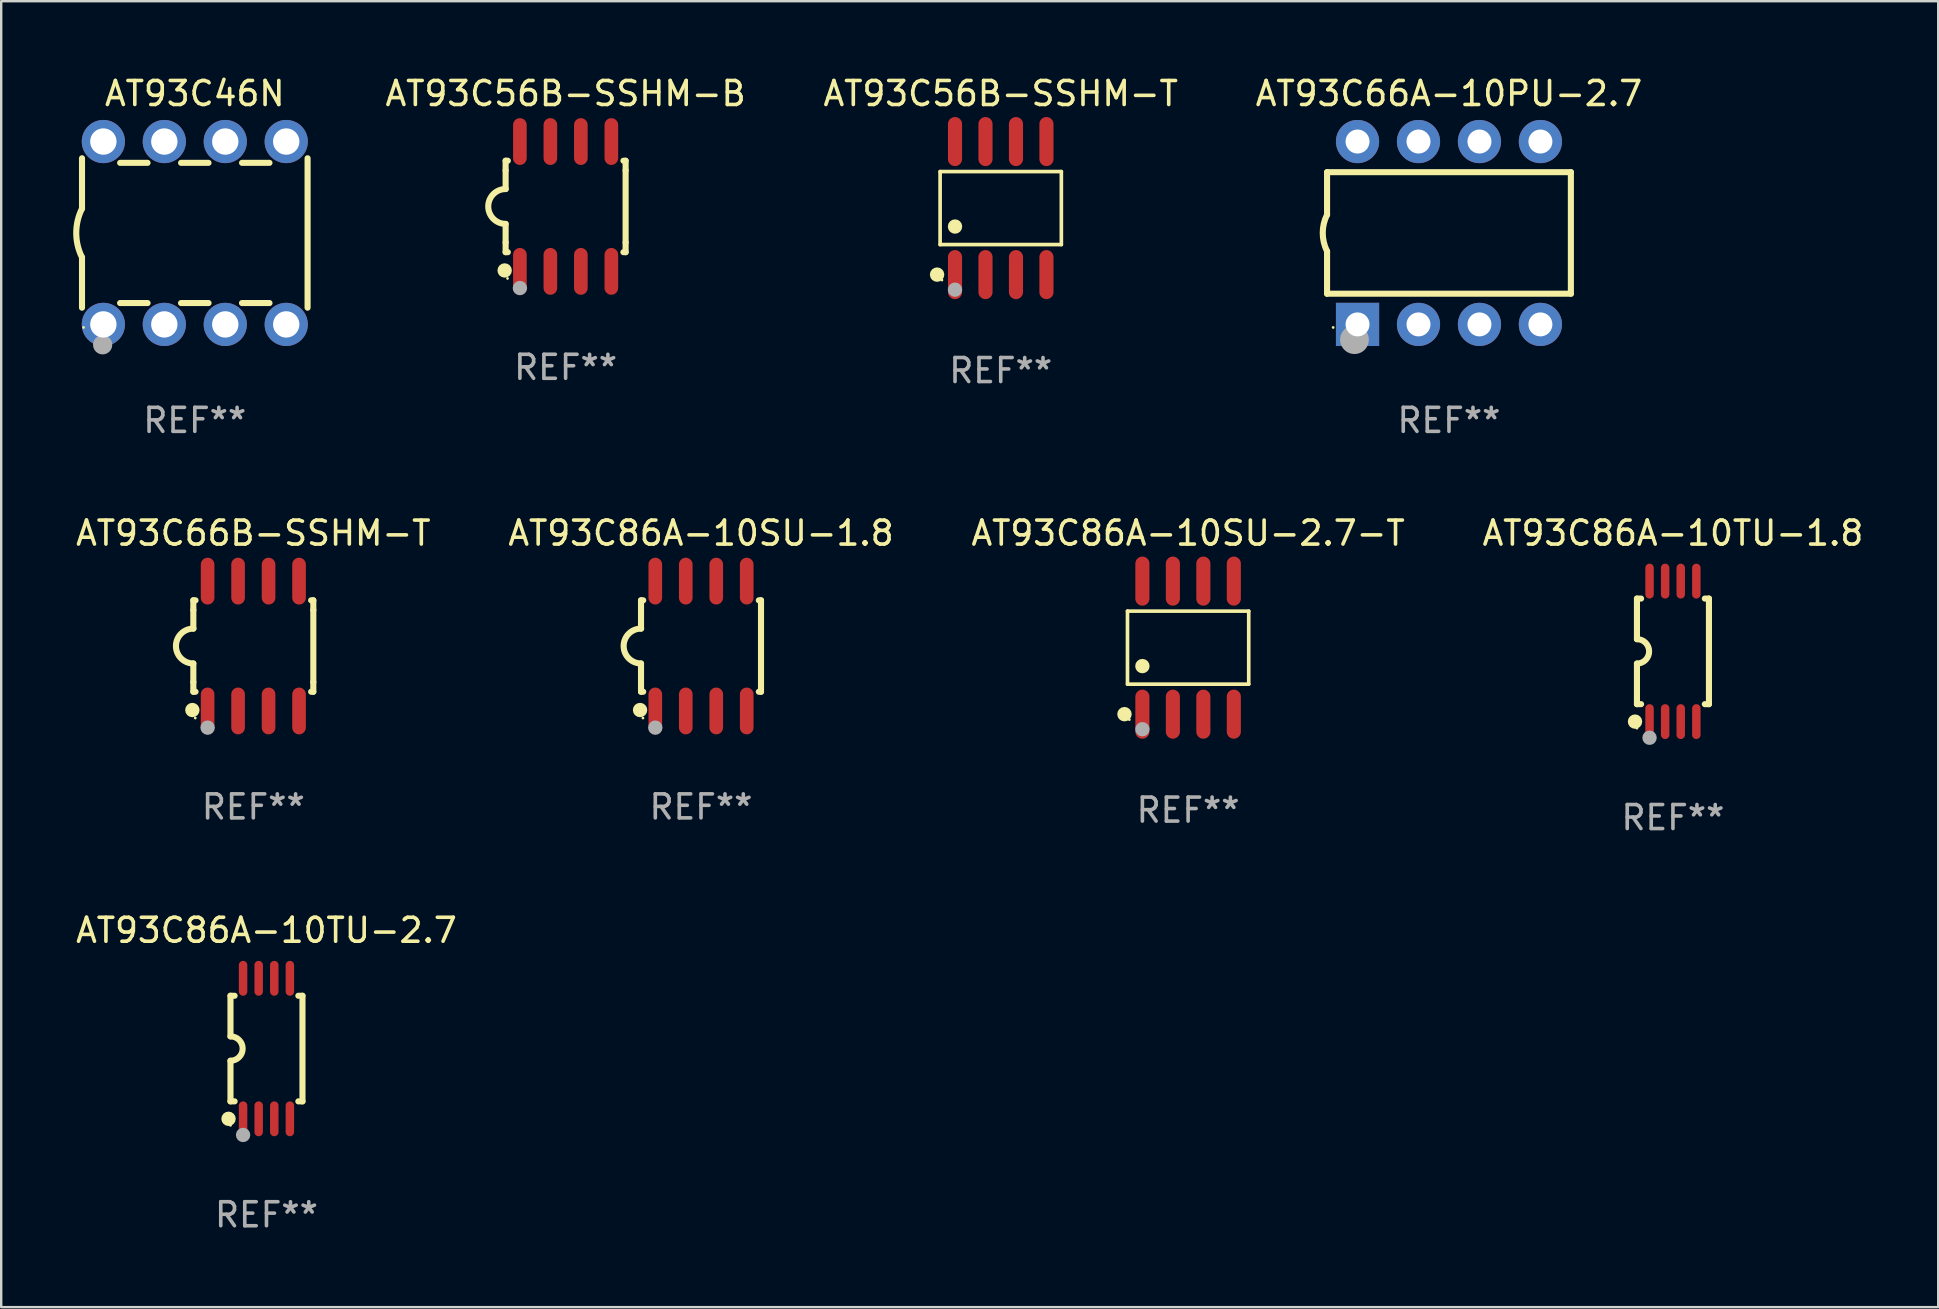
<source format=kicad_pcb>
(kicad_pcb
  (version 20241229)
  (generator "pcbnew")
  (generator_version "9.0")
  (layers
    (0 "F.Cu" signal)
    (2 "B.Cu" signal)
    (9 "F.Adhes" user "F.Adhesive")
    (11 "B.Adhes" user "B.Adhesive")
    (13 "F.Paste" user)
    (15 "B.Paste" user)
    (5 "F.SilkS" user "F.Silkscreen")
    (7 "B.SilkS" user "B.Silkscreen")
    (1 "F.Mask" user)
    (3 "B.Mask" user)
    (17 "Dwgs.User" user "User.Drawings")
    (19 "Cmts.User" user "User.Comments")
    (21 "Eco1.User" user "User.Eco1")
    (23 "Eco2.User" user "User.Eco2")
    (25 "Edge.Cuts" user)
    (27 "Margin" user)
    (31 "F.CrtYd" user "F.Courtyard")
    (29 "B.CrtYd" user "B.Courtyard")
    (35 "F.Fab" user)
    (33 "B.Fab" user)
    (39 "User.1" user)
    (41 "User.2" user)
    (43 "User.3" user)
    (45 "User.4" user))
  (footprint "AT93C56B-SSHM-T"
    (layer "F.Cu")
    (at 38.65 5.621)
    (property "Reference" "AT93C56B-SSHM-T" (at 0 -4.772 0) (layer "F.SilkS") (effects (font (size 1 1) (thickness 0.15))))
    (attr through_hole)
    (fp_line (start -2.526 -1.521) (end 2.526 -1.521) (stroke (width 0.152) (type solid)) (layer "F.SilkS"))
    (fp_line (start -2.526 1.521) (end -2.526 -1.521) (stroke (width 0.152) (type solid)) (layer "F.SilkS"))
    (fp_line (start 2.526 -1.521) (end 2.526 1.521) (stroke (width 0.152) (type solid)) (layer "F.SilkS"))
    (fp_line (start 2.526 1.521) (end -2.526 1.521) (stroke (width 0.152) (type solid)) (layer "F.SilkS"))
    (fp_circle (center -2.652 2.772) (end -2.501 2.772) (stroke (width 0.3) (type solid)) (fill no) (layer "F.SilkS"))
    (fp_circle (center -2.45 3) (end -2.42 3) (stroke (width 0.06) (type solid)) (fill no) (layer "F.SilkS"))
    (fp_circle (center -1.905 0.769) (end -1.755 0.769) (stroke (width 0.3) (type solid)) (fill no) (layer "F.SilkS"))
    (fp_circle (center -1.905 3.4) (end -1.755 3.4) (stroke (width 0.3) (type solid)) (fill no) (layer "F.Fab"))
    (fp_text user "REF**" (at 0 6.772 0) (layer "F.Fab") (effects (font (size 1 1) (thickness 0.15))))
    (pad "1" smd oval (at -1.905 2.772) (size 0.588 2.045) (layers "F.Cu" "F.Mask" "F.Paste"))
    (pad "2" smd oval (at -0.635 2.772) (size 0.588 2.045) (layers "F.Cu" "F.Mask" "F.Paste"))
    (pad "3" smd oval (at 0.635 2.772) (size 0.588 2.045) (layers "F.Cu" "F.Mask" "F.Paste"))
    (pad "4" smd oval (at 1.905 2.772) (size 0.588 2.045) (layers "F.Cu" "F.Mask" "F.Paste"))
    (pad "5" smd oval (at 1.905 -2.772) (size 0.588 2.045) (layers "F.Cu" "F.Mask" "F.Paste"))
    (pad "6" smd oval (at 0.635 -2.772) (size 0.588 2.045) (layers "F.Cu" "F.Mask" "F.Paste"))
    (pad "7" smd oval (at -0.635 -2.772) (size 0.588 2.045) (layers "F.Cu" "F.Mask" "F.Paste"))
    (pad "8" smd oval (at -1.905 -2.772) (size 0.588 2.045) (layers "F.Cu" "F.Mask" "F.Paste")))
  (footprint "AT93C86A-10SU-2.7-T"
    (layer "F.Cu")
    (at 46.458 23.937)
    (property "Reference" "AT93C86A-10SU-2.7-T" (at 0 -4.772 0) (layer "F.SilkS") (effects (font (size 1 1) (thickness 0.15))))
    (attr through_hole)
    (fp_line (start -2.526 -1.521) (end 2.526 -1.521) (stroke (width 0.152) (type solid)) (layer "F.SilkS"))
    (fp_line (start -2.526 1.521) (end -2.526 -1.521) (stroke (width 0.152) (type solid)) (layer "F.SilkS"))
    (fp_line (start 2.526 -1.521) (end 2.526 1.521) (stroke (width 0.152) (type solid)) (layer "F.SilkS"))
    (fp_line (start 2.526 1.521) (end -2.526 1.521) (stroke (width 0.152) (type solid)) (layer "F.SilkS"))
    (fp_circle (center -2.652 2.772) (end -2.501 2.772) (stroke (width 0.3) (type solid)) (fill no) (layer "F.SilkS"))
    (fp_circle (center -2.45 3) (end -2.42 3) (stroke (width 0.06) (type solid)) (fill no) (layer "F.SilkS"))
    (fp_circle (center -1.905 0.769) (end -1.755 0.769) (stroke (width 0.3) (type solid)) (fill no) (layer "F.SilkS"))
    (fp_circle (center -1.905 3.4) (end -1.755 3.4) (stroke (width 0.3) (type solid)) (fill no) (layer "F.Fab"))
    (fp_text user "REF**" (at 0 6.772 0) (layer "F.Fab") (effects (font (size 1 1) (thickness 0.15))))
    (pad "1" smd oval (at -1.905 2.772) (size 0.588 2.045) (layers "F.Cu" "F.Mask" "F.Paste"))
    (pad "2" smd oval (at -0.635 2.772) (size 0.588 2.045) (layers "F.Cu" "F.Mask" "F.Paste"))
    (pad "3" smd oval (at 0.635 2.772) (size 0.588 2.045) (layers "F.Cu" "F.Mask" "F.Paste"))
    (pad "4" smd oval (at 1.905 2.772) (size 0.588 2.045) (layers "F.Cu" "F.Mask" "F.Paste"))
    (pad "5" smd oval (at 1.905 -2.772) (size 0.588 2.045) (layers "F.Cu" "F.Mask" "F.Paste"))
    (pad "6" smd oval (at 0.635 -2.772) (size 0.588 2.045) (layers "F.Cu" "F.Mask" "F.Paste"))
    (pad "7" smd oval (at -0.635 -2.772) (size 0.588 2.045) (layers "F.Cu" "F.Mask" "F.Paste"))
    (pad "8" smd oval (at -1.905 -2.772) (size 0.588 2.045) (layers "F.Cu" "F.Mask" "F.Paste")))
  (footprint "AT93C66B-SSHM-T"
    (layer "F.Cu")
    (at 7.506 23.87)
    (property "Reference" "AT93C66B-SSHM-T" (at 0 -4.705 0) (layer "F.SilkS") (effects (font (size 1 1) (thickness 0.15))))
    (attr through_hole)
    (fp_line (start -2.5 -1.905) (end -2.409 -1.905) (stroke (width 0.254) (type solid)) (layer "F.SilkS"))
    (fp_line (start -2.5 -1.5) (end -2.5 -1.905) (stroke (width 0.254) (type solid)) (layer "F.SilkS"))
    (fp_line (start -2.5 -1.5) (end -2.5 -0.726) (stroke (width 0.254) (type solid)) (layer "F.SilkS"))
    (fp_line (start -2.5 1.5) (end -2.5 0.727) (stroke (width 0.254) (type solid)) (layer "F.SilkS"))
    (fp_line (start -2.5 1.5) (end -2.5 1.905) (stroke (width 0.254) (type solid)) (layer "F.SilkS"))
    (fp_line (start -2.5 1.905) (end -2.409 1.905) (stroke (width 0.254) (type solid)) (layer "F.SilkS"))
    (fp_line (start 2.5 -1.905) (end 2.409 -1.905) (stroke (width 0.254) (type solid)) (layer "F.SilkS"))
    (fp_line (start 2.5 -1.5) (end 2.5 -1.905) (stroke (width 0.254) (type solid)) (layer "F.SilkS"))
    (fp_line (start 2.5 -1.5) (end 2.5 1.5) (stroke (width 0.254) (type solid)) (layer "F.SilkS"))
    (fp_line (start 2.5 1.5) (end 2.5 1.905) (stroke (width 0.254) (type solid)) (layer "F.SilkS"))
    (fp_line (start 2.5 1.905) (end 2.409 1.905) (stroke (width 0.254) (type solid)) (layer "F.SilkS"))
    (fp_arc (start -2.5 0.726568) (mid -3.220316 -0.0023) (end -2.495097 -0.726289) (stroke (width 0.254001) (type solid)) (layer "F.SilkS"))
    (fp_circle (center -2.54 2.667) (end -2.39 2.667) (stroke (width 0.3) (type solid)) (fill no) (layer "F.SilkS"))
    (fp_circle (center -2.42 3) (end -2.39 3) (stroke (width 0.06) (type solid)) (fill no) (layer "F.SilkS"))
    (fp_circle (center -1.905 3.4) (end -1.755 3.4) (stroke (width 0.3) (type solid)) (fill no) (layer "F.Fab"))
    (fp_text user "REF**" (at 0 6.705 0) (layer "F.Fab") (effects (font (size 1 1) (thickness 0.15))))
    (pad "1" smd oval (at -1.905 2.705) (size 0.568 1.95) (layers "F.Cu" "F.Mask" "F.Paste"))
    (pad "2" smd oval (at -0.635 2.705) (size 0.568 1.95) (layers "F.Cu" "F.Mask" "F.Paste"))
    (pad "3" smd oval (at 0.635 2.705) (size 0.568 1.95) (layers "F.Cu" "F.Mask" "F.Paste"))
    (pad "4" smd oval (at 1.905 2.705) (size 0.568 1.95) (layers "F.Cu" "F.Mask" "F.Paste"))
    (pad "5" smd oval (at 1.905 -2.705) (size 0.568 1.95) (layers "F.Cu" "F.Mask" "F.Paste"))
    (pad "6" smd oval (at 0.635 -2.705) (size 0.568 1.95) (layers "F.Cu" "F.Mask" "F.Paste"))
    (pad "7" smd oval (at -0.635 -2.705) (size 0.568 1.95) (layers "F.Cu" "F.Mask" "F.Paste"))
    (pad "8" smd oval (at -1.905 -2.705) (size 0.568 1.95) (layers "F.Cu" "F.Mask" "F.Paste")))
  (footprint "AT93C86A-10SU-1.8"
    (layer "F.Cu")
    (at 26.161 23.87)
    (property "Reference" "AT93C86A-10SU-1.8" (at 0 -4.705 0) (layer "F.SilkS") (effects (font (size 1 1) (thickness 0.15))))
    (attr through_hole)
    (fp_line (start -2.5 -1.905) (end -2.409 -1.905) (stroke (width 0.254) (type solid)) (layer "F.SilkS"))
    (fp_line (start -2.5 -1.5) (end -2.5 -1.905) (stroke (width 0.254) (type solid)) (layer "F.SilkS"))
    (fp_line (start -2.5 -1.5) (end -2.5 -0.726) (stroke (width 0.254) (type solid)) (layer "F.SilkS"))
    (fp_line (start -2.5 1.5) (end -2.5 0.727) (stroke (width 0.254) (type solid)) (layer "F.SilkS"))
    (fp_line (start -2.5 1.5) (end -2.5 1.905) (stroke (width 0.254) (type solid)) (layer "F.SilkS"))
    (fp_line (start -2.5 1.905) (end -2.409 1.905) (stroke (width 0.254) (type solid)) (layer "F.SilkS"))
    (fp_line (start 2.5 -1.905) (end 2.409 -1.905) (stroke (width 0.254) (type solid)) (layer "F.SilkS"))
    (fp_line (start 2.5 -1.5) (end 2.5 -1.905) (stroke (width 0.254) (type solid)) (layer "F.SilkS"))
    (fp_line (start 2.5 -1.5) (end 2.5 1.5) (stroke (width 0.254) (type solid)) (layer "F.SilkS"))
    (fp_line (start 2.5 1.5) (end 2.5 1.905) (stroke (width 0.254) (type solid)) (layer "F.SilkS"))
    (fp_line (start 2.5 1.905) (end 2.409 1.905) (stroke (width 0.254) (type solid)) (layer "F.SilkS"))
    (fp_arc (start -2.5 0.726568) (mid -3.220316 -0.0023) (end -2.495097 -0.726289) (stroke (width 0.254001) (type solid)) (layer "F.SilkS"))
    (fp_circle (center -2.54 2.667) (end -2.39 2.667) (stroke (width 0.3) (type solid)) (fill no) (layer "F.SilkS"))
    (fp_circle (center -2.42 3) (end -2.39 3) (stroke (width 0.06) (type solid)) (fill no) (layer "F.SilkS"))
    (fp_circle (center -1.905 3.4) (end -1.755 3.4) (stroke (width 0.3) (type solid)) (fill no) (layer "F.Fab"))
    (fp_text user "REF**" (at 0 6.705 0) (layer "F.Fab") (effects (font (size 1 1) (thickness 0.15))))
    (pad "1" smd oval (at -1.905 2.705) (size 0.568 1.95) (layers "F.Cu" "F.Mask" "F.Paste"))
    (pad "2" smd oval (at -0.635 2.705) (size 0.568 1.95) (layers "F.Cu" "F.Mask" "F.Paste"))
    (pad "3" smd oval (at 0.635 2.705) (size 0.568 1.95) (layers "F.Cu" "F.Mask" "F.Paste"))
    (pad "4" smd oval (at 1.905 2.705) (size 0.568 1.95) (layers "F.Cu" "F.Mask" "F.Paste"))
    (pad "5" smd oval (at 1.905 -2.705) (size 0.568 1.95) (layers "F.Cu" "F.Mask" "F.Paste"))
    (pad "6" smd oval (at 0.635 -2.705) (size 0.568 1.95) (layers "F.Cu" "F.Mask" "F.Paste"))
    (pad "7" smd oval (at -0.635 -2.705) (size 0.568 1.95) (layers "F.Cu" "F.Mask" "F.Paste"))
    (pad "8" smd oval (at -1.905 -2.705) (size 0.568 1.95) (layers "F.Cu" "F.Mask" "F.Paste")))
  (footprint "AT93C66A-10PU-2.7"
    (layer "F.Cu")
    (at 57.328 6.658)
    (property "Reference" "AT93C66A-10PU-2.7" (at 0 -5.81 0) (layer "F.SilkS") (effects (font (size 1 1) (thickness 0.15))))
    (attr through_hole)
    (fp_line (start -5.08 -2.534) (end 5.08 -2.534) (stroke (width 0.254) (type solid)) (layer "F.SilkS"))
    (fp_line (start -5.08 -0.762) (end -5.08 -2.534) (stroke (width 0.254) (type solid)) (layer "F.SilkS"))
    (fp_line (start -5.08 2.531) (end -5.08 0.762) (stroke (width 0.254) (type solid)) (layer "F.SilkS"))
    (fp_line (start -5.08 2.531) (end 5.08 2.531) (stroke (width 0.254) (type solid)) (layer "F.SilkS"))
    (fp_line (start 5.08 2.531) (end 5.08 -2.534) (stroke (width 0.254) (type solid)) (layer "F.SilkS"))
    (fp_arc (start -5.08001 0.762001) (mid -5.259894 0) (end -5.08001 -0.762002) (stroke (width 0.254001) (type solid)) (layer "F.SilkS"))
    (fp_circle (center -4.826 3.937) (end -4.796 3.937) (stroke (width 0.06) (type solid)) (fill no) (layer "F.SilkS"))
    (fp_circle (center -3.937 4.445) (end -3.637 4.445) (stroke (width 0.6) (type solid)) (fill no) (layer "F.Fab"))
    (fp_text user "REF**" (at 0 7.81 0) (layer "F.Fab") (effects (font (size 1 1) (thickness 0.15))))
    (pad "1" thru_hole rect (at -3.81 3.81) (size 1.8 1.8) (drill 1) (layers "*.Cu" "*.Mask"))
    (pad "2" thru_hole circle (at -1.27 3.81) (size 1.8 1.8) (drill 1) (layers "*.Cu" "*.Mask"))
    (pad "3" thru_hole circle (at 1.27 3.81) (size 1.8 1.8) (drill 1) (layers "*.Cu" "*.Mask"))
    (pad "4" thru_hole circle (at 3.81 3.81) (size 1.8 1.8) (drill 1) (layers "*.Cu" "*.Mask"))
    (pad "5" thru_hole circle (at 3.81 -3.81) (size 1.8 1.8) (drill 1) (layers "*.Cu" "*.Mask"))
    (pad "6" thru_hole circle (at 1.27 -3.81) (size 1.8 1.8) (drill 1) (layers "*.Cu" "*.Mask"))
    (pad "7" thru_hole circle (at -1.27 -3.81) (size 1.8 1.8) (drill 1) (layers "*.Cu" "*.Mask"))
    (pad "8" thru_hole circle (at -3.81 -3.81) (size 1.8 1.8) (drill 1) (layers "*.Cu" "*.Mask")))
  (footprint "AT93C56B-SSHM-B"
    (layer "F.Cu")
    (at 20.519 5.553)
    (property "Reference" "AT93C56B-SSHM-B" (at 0 -4.705 0) (layer "F.SilkS") (effects (font (size 1 1) (thickness 0.15))))
    (attr through_hole)
    (fp_line (start -2.5 -1.905) (end -2.409 -1.905) (stroke (width 0.254) (type solid)) (layer "F.SilkS"))
    (fp_line (start -2.5 -1.5) (end -2.5 -1.905) (stroke (width 0.254) (type solid)) (layer "F.SilkS"))
    (fp_line (start -2.5 -1.5) (end -2.5 -0.726) (stroke (width 0.254) (type solid)) (layer "F.SilkS"))
    (fp_line (start -2.5 1.5) (end -2.5 0.727) (stroke (width 0.254) (type solid)) (layer "F.SilkS"))
    (fp_line (start -2.5 1.5) (end -2.5 1.905) (stroke (width 0.254) (type solid)) (layer "F.SilkS"))
    (fp_line (start -2.5 1.905) (end -2.409 1.905) (stroke (width 0.254) (type solid)) (layer "F.SilkS"))
    (fp_line (start 2.5 -1.905) (end 2.409 -1.905) (stroke (width 0.254) (type solid)) (layer "F.SilkS"))
    (fp_line (start 2.5 -1.5) (end 2.5 -1.905) (stroke (width 0.254) (type solid)) (layer "F.SilkS"))
    (fp_line (start 2.5 -1.5) (end 2.5 1.5) (stroke (width 0.254) (type solid)) (layer "F.SilkS"))
    (fp_line (start 2.5 1.5) (end 2.5 1.905) (stroke (width 0.254) (type solid)) (layer "F.SilkS"))
    (fp_line (start 2.5 1.905) (end 2.409 1.905) (stroke (width 0.254) (type solid)) (layer "F.SilkS"))
    (fp_arc (start -2.5 0.726568) (mid -3.220316 -0.0023) (end -2.495097 -0.726289) (stroke (width 0.254001) (type solid)) (layer "F.SilkS"))
    (fp_circle (center -2.54 2.667) (end -2.39 2.667) (stroke (width 0.3) (type solid)) (fill no) (layer "F.SilkS"))
    (fp_circle (center -2.42 3) (end -2.39 3) (stroke (width 0.06) (type solid)) (fill no) (layer "F.SilkS"))
    (fp_circle (center -1.905 3.4) (end -1.755 3.4) (stroke (width 0.3) (type solid)) (fill no) (layer "F.Fab"))
    (fp_text user "REF**" (at 0 6.705 0) (layer "F.Fab") (effects (font (size 1 1) (thickness 0.15))))
    (pad "1" smd oval (at -1.905 2.705) (size 0.568 1.95) (layers "F.Cu" "F.Mask" "F.Paste"))
    (pad "2" smd oval (at -0.635 2.705) (size 0.568 1.95) (layers "F.Cu" "F.Mask" "F.Paste"))
    (pad "3" smd oval (at 0.635 2.705) (size 0.568 1.95) (layers "F.Cu" "F.Mask" "F.Paste"))
    (pad "4" smd oval (at 1.905 2.705) (size 0.568 1.95) (layers "F.Cu" "F.Mask" "F.Paste"))
    (pad "5" smd oval (at 1.905 -2.705) (size 0.568 1.95) (layers "F.Cu" "F.Mask" "F.Paste"))
    (pad "6" smd oval (at 0.635 -2.705) (size 0.568 1.95) (layers "F.Cu" "F.Mask" "F.Paste"))
    (pad "7" smd oval (at -0.635 -2.705) (size 0.568 1.95) (layers "F.Cu" "F.Mask" "F.Paste"))
    (pad "8" smd oval (at -1.905 -2.705) (size 0.568 1.95) (layers "F.Cu" "F.Mask" "F.Paste")))
  (footprint "AT93C46N"
    (layer "F.Cu")
    (at 5.067 6.658)
    (property "Reference" "AT93C46N" (at 0 -5.81 0) (layer "F.SilkS") (effects (font (size 1 1) (thickness 0.15))))
    (attr through_hole)
    (fp_line (start -4.7 -1.017) (end -4.7 -3.113) (stroke (width 0.254) (type solid)) (layer "F.SilkS"))
    (fp_line (start -4.7 1.015) (end -4.7 3.113) (stroke (width 0.254) (type solid)) (layer "F.SilkS"))
    (fp_line (start -3.113 2.92) (end -1.967 2.92) (stroke (width 0.254) (type solid)) (layer "F.SilkS"))
    (fp_line (start -3.111 -2.922) (end -1.969 -2.922) (stroke (width 0.254) (type solid)) (layer "F.SilkS"))
    (fp_line (start -0.573 2.92) (end 0.573 2.92) (stroke (width 0.254) (type solid)) (layer "F.SilkS"))
    (fp_line (start -0.571 -2.922) (end 0.571 -2.922) (stroke (width 0.254) (type solid)) (layer "F.SilkS"))
    (fp_line (start 1.967 2.92) (end 3.113 2.92) (stroke (width 0.254) (type solid)) (layer "F.SilkS"))
    (fp_line (start 1.969 -2.922) (end 3.111 -2.922) (stroke (width 0.254) (type solid)) (layer "F.SilkS"))
    (fp_line (start 4.7 -3.113) (end 4.7 3.113) (stroke (width 0.254) (type solid)) (layer "F.SilkS"))
    (fp_arc (start -4.7 1.01524) (mid -4.939846 -0.000762) (end -4.7 -1.016764) (stroke (width 0.254001) (type solid)) (layer "F.SilkS"))
    (fp_circle (center -4.636 3.935) (end -4.606 3.935) (stroke (width 0.06) (type solid)) (fill no) (layer "F.SilkS"))
    (fp_circle (center -3.84 4.66) (end -3.64 4.66) (stroke (width 0.4) (type solid)) (fill no) (layer "F.Fab"))
    (fp_text user "REF**" (at 0 7.81 0) (layer "F.Fab") (effects (font (size 1 1) (thickness 0.15))))
    (pad "1" thru_hole circle (at -3.81 3.81) (size 1.8 1.8) (drill 1.1) (layers "*.Cu" "*.Mask"))
    (pad "2" thru_hole circle (at -1.27 3.81) (size 1.8 1.8) (drill 1.1) (layers "*.Cu" "*.Mask"))
    (pad "3" thru_hole circle (at 1.27 3.81) (size 1.8 1.8) (drill 1.1) (layers "*.Cu" "*.Mask"))
    (pad "4" thru_hole circle (at 3.81 3.81) (size 1.8 1.8) (drill 1.1) (layers "*.Cu" "*.Mask"))
    (pad "5" thru_hole circle (at 3.81 -3.81) (size 1.8 1.8) (drill 1.1) (layers "*.Cu" "*.Mask"))
    (pad "6" thru_hole circle (at 1.27 -3.81) (size 1.8 1.8) (drill 1.1) (layers "*.Cu" "*.Mask"))
    (pad "7" thru_hole circle (at -1.27 -3.81) (size 1.8 1.8) (drill 1.1) (layers "*.Cu" "*.Mask"))
    (pad "8" thru_hole circle (at -3.81 -3.81) (size 1.8 1.8) (drill 1.1) (layers "*.Cu" "*.Mask")))
  (footprint "AT93C86A-10TU-2.7"
    (layer "F.Cu")
    (at 8.054 40.643)
    (property "Reference" "AT93C86A-10TU-2.7" (at 0 -4.927 0) (layer "F.SilkS") (effects (font (size 1 1) (thickness 0.15))))
    (attr through_hole)
    (fp_line (start -1.5 -2.2) (end -1.5 -0.508) (stroke (width 0.254) (type solid)) (layer "F.SilkS"))
    (fp_line (start -1.5 -2.2) (end -1.328 -2.2) (stroke (width 0.254) (type solid)) (layer "F.SilkS"))
    (fp_line (start -1.5 2.2) (end -1.5 0.508) (stroke (width 0.254) (type solid)) (layer "F.SilkS"))
    (fp_line (start -1.5 2.2) (end -1.328 2.2) (stroke (width 0.254) (type solid)) (layer "F.SilkS"))
    (fp_line (start 1.328 -2.2) (end 1.5 -2.2) (stroke (width 0.254) (type solid)) (layer "F.SilkS"))
    (fp_line (start 1.328 2.2) (end 1.5 2.2) (stroke (width 0.254) (type solid)) (layer "F.SilkS"))
    (fp_line (start 1.5 -2.2) (end 1.5 2.2) (stroke (width 0.254) (type solid)) (layer "F.SilkS"))
    (fp_arc (start -1.501144 -0.508) (mid -0.993143 -0.000571) (end -1.5 0.508001) (stroke (width 0.254001) (type solid)) (layer "F.SilkS"))
    (fp_circle (center -1.581 2.927) (end -1.431 2.927) (stroke (width 0.3) (type solid)) (fill no) (layer "F.SilkS"))
    (fp_circle (center -1.5 3.2) (end -1.47 3.2) (stroke (width 0.06) (type solid)) (fill no) (layer "F.SilkS"))
    (fp_circle (center -0.975 3.6) (end -0.825 3.6) (stroke (width 0.3) (type solid)) (fill no) (layer "F.Fab"))
    (fp_text user "REF**" (at 0 6.927 0) (layer "F.Fab") (effects (font (size 1 1) (thickness 0.15))))
    (pad "1" smd oval (at -0.975 2.927) (size 0.353 1.454) (layers "F.Cu" "F.Mask" "F.Paste"))
    (pad "2" smd oval (at -0.325 2.927) (size 0.353 1.454) (layers "F.Cu" "F.Mask" "F.Paste"))
    (pad "3" smd oval (at 0.325 2.927) (size 0.353 1.454) (layers "F.Cu" "F.Mask" "F.Paste"))
    (pad "4" smd oval (at 0.975 2.927) (size 0.353 1.454) (layers "F.Cu" "F.Mask" "F.Paste"))
    (pad "5" smd oval (at 0.975 -2.927) (size 0.353 1.454) (layers "F.Cu" "F.Mask" "F.Paste"))
    (pad "6" smd oval (at 0.325 -2.927) (size 0.353 1.454) (layers "F.Cu" "F.Mask" "F.Paste"))
    (pad "7" smd oval (at -0.325 -2.927) (size 0.353 1.454) (layers "F.Cu" "F.Mask" "F.Paste"))
    (pad "8" smd oval (at -0.975 -2.927) (size 0.353 1.454) (layers "F.Cu" "F.Mask" "F.Paste")))
  (footprint "AT93C86A-10TU-1.8"
    (layer "F.Cu")
    (at 66.661 24.092)
    (property "Reference" "AT93C86A-10TU-1.8" (at 0 -4.927 0) (layer "F.SilkS") (effects (font (size 1 1) (thickness 0.15))))
    (attr through_hole)
    (fp_line (start -1.5 -2.2) (end -1.5 -0.508) (stroke (width 0.254) (type solid)) (layer "F.SilkS"))
    (fp_line (start -1.5 -2.2) (end -1.328 -2.2) (stroke (width 0.254) (type solid)) (layer "F.SilkS"))
    (fp_line (start -1.5 2.2) (end -1.5 0.508) (stroke (width 0.254) (type solid)) (layer "F.SilkS"))
    (fp_line (start -1.5 2.2) (end -1.328 2.2) (stroke (width 0.254) (type solid)) (layer "F.SilkS"))
    (fp_line (start 1.328 -2.2) (end 1.5 -2.2) (stroke (width 0.254) (type solid)) (layer "F.SilkS"))
    (fp_line (start 1.328 2.2) (end 1.5 2.2) (stroke (width 0.254) (type solid)) (layer "F.SilkS"))
    (fp_line (start 1.5 -2.2) (end 1.5 2.2) (stroke (width 0.254) (type solid)) (layer "F.SilkS"))
    (fp_arc (start -1.501144 -0.508) (mid -0.993143 -0.000571) (end -1.5 0.508001) (stroke (width 0.254001) (type solid)) (layer "F.SilkS"))
    (fp_circle (center -1.581 2.927) (end -1.431 2.927) (stroke (width 0.3) (type solid)) (fill no) (layer "F.SilkS"))
    (fp_circle (center -1.5 3.2) (end -1.47 3.2) (stroke (width 0.06) (type solid)) (fill no) (layer "F.SilkS"))
    (fp_circle (center -0.975 3.6) (end -0.825 3.6) (stroke (width 0.3) (type solid)) (fill no) (layer "F.Fab"))
    (fp_text user "REF**" (at 0 6.927 0) (layer "F.Fab") (effects (font (size 1 1) (thickness 0.15))))
    (pad "1" smd oval (at -0.975 2.927) (size 0.353 1.454) (layers "F.Cu" "F.Mask" "F.Paste"))
    (pad "2" smd oval (at -0.325 2.927) (size 0.353 1.454) (layers "F.Cu" "F.Mask" "F.Paste"))
    (pad "3" smd oval (at 0.325 2.927) (size 0.353 1.454) (layers "F.Cu" "F.Mask" "F.Paste"))
    (pad "4" smd oval (at 0.975 2.927) (size 0.353 1.454) (layers "F.Cu" "F.Mask" "F.Paste"))
    (pad "5" smd oval (at 0.975 -2.927) (size 0.353 1.454) (layers "F.Cu" "F.Mask" "F.Paste"))
    (pad "6" smd oval (at 0.325 -2.927) (size 0.353 1.454) (layers "F.Cu" "F.Mask" "F.Paste"))
    (pad "7" smd oval (at -0.325 -2.927) (size 0.353 1.454) (layers "F.Cu" "F.Mask" "F.Paste"))
    (pad "8" smd oval (at -0.975 -2.927) (size 0.353 1.454) (layers "F.Cu" "F.Mask" "F.Paste")))
  (gr_rect
    (start -3 -3)
    (end 77.714 51.418)
    (stroke (width 0.1) (type default))
    (fill no)
    (layer "Edge.Cuts")))
</source>
